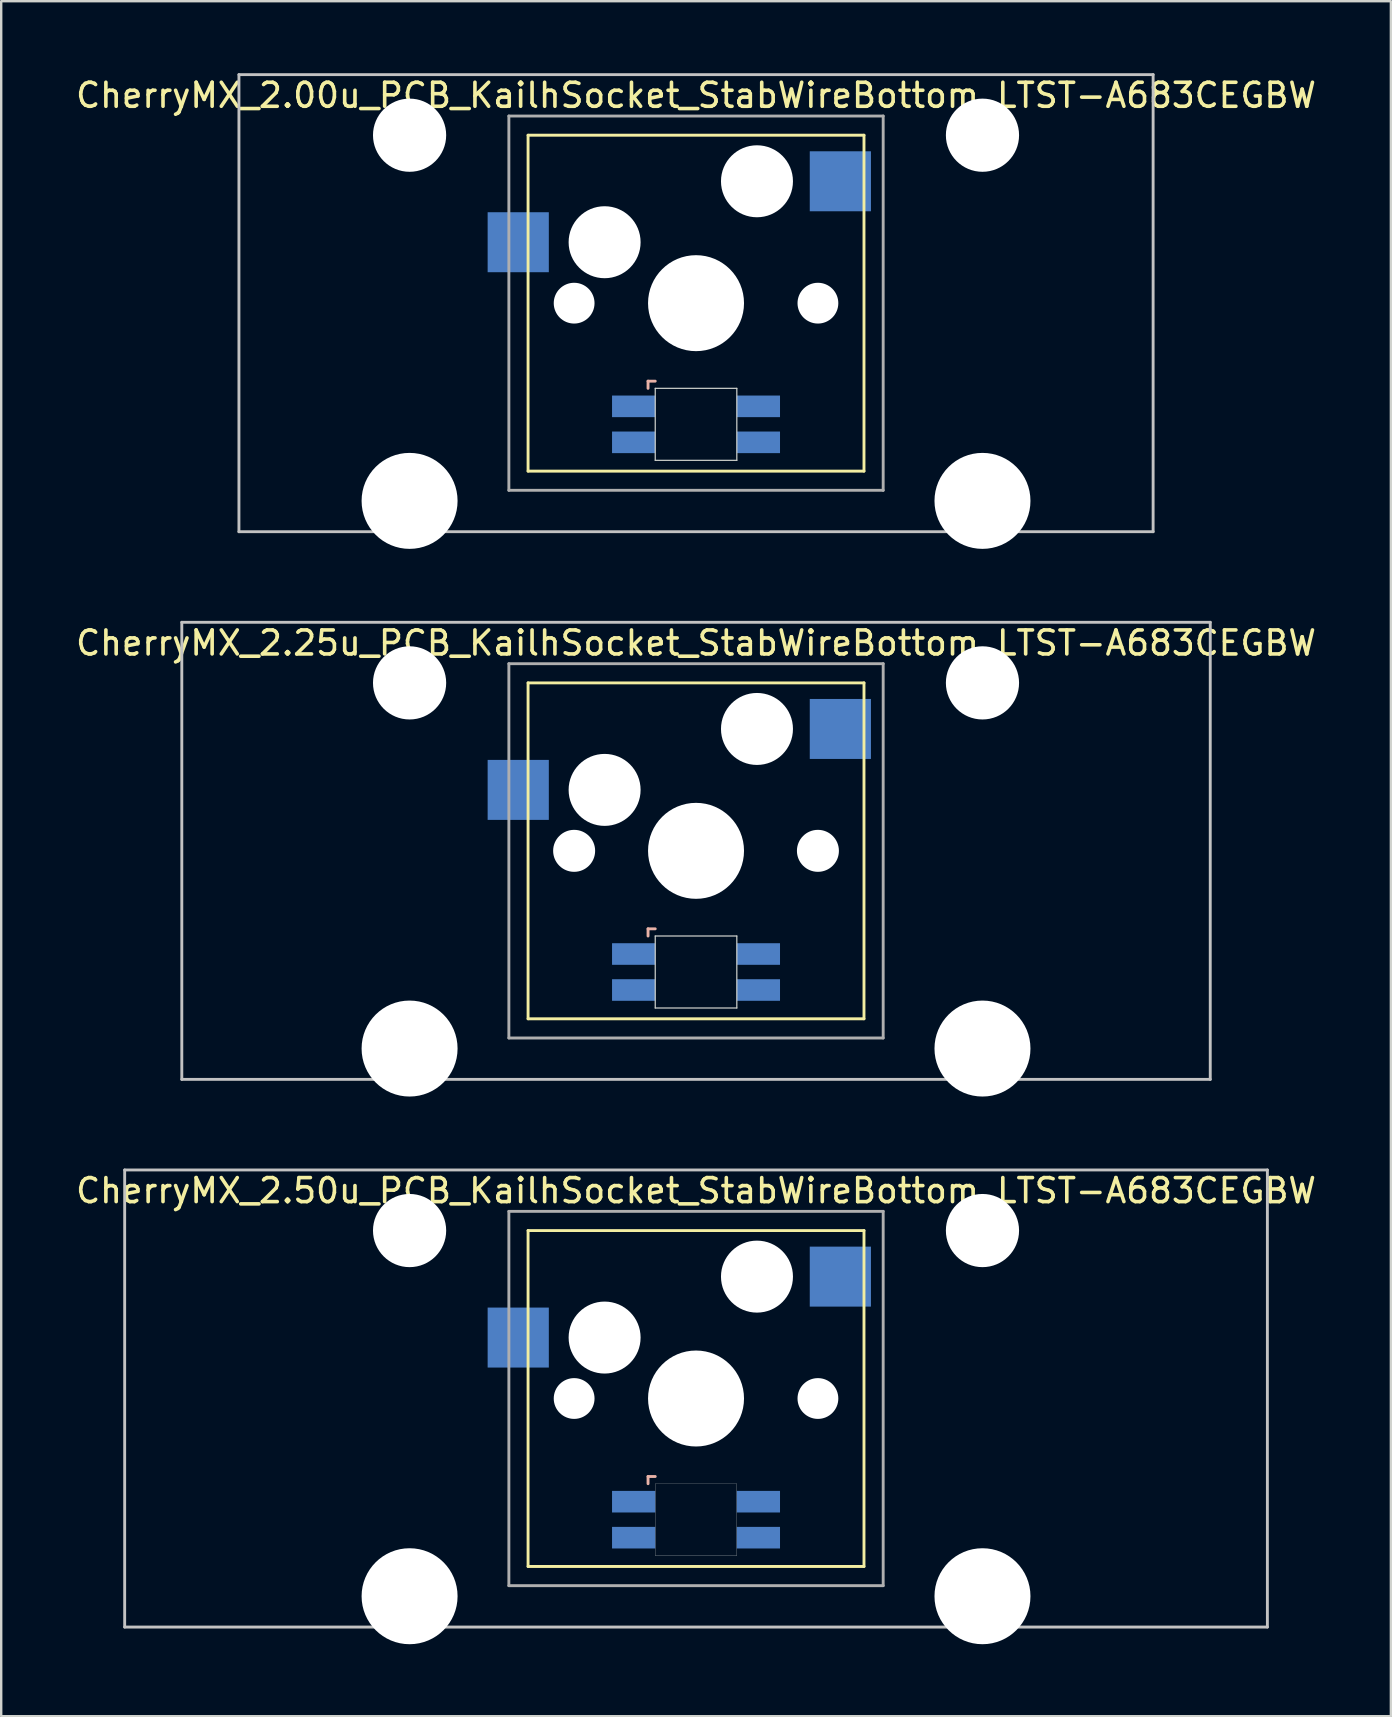
<source format=kicad_pcb>
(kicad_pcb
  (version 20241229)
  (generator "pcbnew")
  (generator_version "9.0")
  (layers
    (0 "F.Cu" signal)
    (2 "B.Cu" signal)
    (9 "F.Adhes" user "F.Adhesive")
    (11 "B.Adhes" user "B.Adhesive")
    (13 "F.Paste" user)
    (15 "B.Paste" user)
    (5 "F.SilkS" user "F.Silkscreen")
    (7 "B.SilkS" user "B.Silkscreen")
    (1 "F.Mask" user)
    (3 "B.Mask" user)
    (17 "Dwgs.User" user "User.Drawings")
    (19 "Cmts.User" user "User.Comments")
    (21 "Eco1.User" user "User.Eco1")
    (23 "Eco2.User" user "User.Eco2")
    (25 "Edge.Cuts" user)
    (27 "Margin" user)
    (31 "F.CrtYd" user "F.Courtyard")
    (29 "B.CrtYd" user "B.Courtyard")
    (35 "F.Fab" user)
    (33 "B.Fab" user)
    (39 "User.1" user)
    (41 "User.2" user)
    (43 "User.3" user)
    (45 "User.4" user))
  (footprint "CherryMX_2.25u_PCB_KailhSocket_StabWireBottom_LTST-A683CEGBW"
    (layer "F.Cu")
    (at 25.958 32.41)
    (property "Reference" "CherryMX_2.25u_PCB_KailhSocket_StabWireBottom_LTST-A683CEGBW" (at 0 -8.662 0) (layer "F.SilkS") (effects (font (size 1 1) (thickness 0.15))))
    (attr through_hole)
    (fp_line (start -7 -7) (end -7 7) (stroke (width 0.12) (type solid)) (layer "F.SilkS"))
    (fp_line (start -7 -7) (end 7 -7) (stroke (width 0.12) (type solid)) (layer "F.SilkS"))
    (fp_line (start 7 -7) (end 7 7) (stroke (width 0.12) (type solid)) (layer "F.SilkS"))
    (fp_line (start 7 7) (end -7 7) (stroke (width 0.12) (type solid)) (layer "F.SilkS"))
    (fp_line (start -2 3.25) (end -2 3.55) (stroke (width 0.12) (type solid)) (layer "B.SilkS"))
    (fp_line (start -1.7 3.25) (end -2 3.25) (stroke (width 0.12) (type solid)) (layer "B.SilkS"))
    (fp_line (start -21.431 -9.525) (end 21.431 -9.525) (stroke (width 0.12) (type solid)) (layer "Dwgs.User"))
    (fp_line (start -21.431 9.525) (end -21.431 -9.525) (stroke (width 0.12) (type solid)) (layer "Dwgs.User"))
    (fp_line (start 21.431 -9.525) (end 21.431 9.525) (stroke (width 0.12) (type solid)) (layer "Dwgs.User"))
    (fp_line (start 21.431 9.525) (end -21.431 9.525) (stroke (width 0.12) (type solid)) (layer "Dwgs.User"))
    (fp_line (start -1.7 3.55) (end 1.7 3.55) (stroke (width 0.05) (type solid)) (layer "Edge.Cuts"))
    (fp_line (start -1.7 6.55) (end -1.7 3.55) (stroke (width 0.05) (type solid)) (layer "Edge.Cuts"))
    (fp_line (start 1.7 3.55) (end 1.7 6.55) (stroke (width 0.05) (type solid)) (layer "Edge.Cuts"))
    (fp_line (start 1.7 6.55) (end -1.7 6.55) (stroke (width 0.05) (type solid)) (layer "Edge.Cuts"))
    (fp_line (start -7.8 -7.8) (end -7.8 7.8) (stroke (width 0.12) (type solid)) (layer "F.Fab"))
    (fp_line (start -7.8 -7.8) (end 7.8 -7.8) (stroke (width 0.12) (type solid)) (layer "F.Fab"))
    (fp_line (start -7.8 7.8) (end 7.8 7.8) (stroke (width 0.12) (type solid)) (layer "F.Fab"))
    (fp_line (start 7.8 -7.8) (end 7.8 7.8) (stroke (width 0.12) (type solid)) (layer "F.Fab"))
    (pad "" np_thru_hole circle (at -11.938 -7) (size 3.05 3.05) (drill 3.05) (layers "*.Cu" "*.Mask"))
    (pad "" np_thru_hole circle (at -11.938 8.24) (size 4 4) (drill 4) (layers "*.Cu" "*.Mask"))
    (pad "" np_thru_hole circle (at -5.08 0) (size 1.75 1.75) (drill 1.75) (layers "*.Cu" "*.Mask"))
    (pad "" np_thru_hole circle (at -3.81 -2.54) (size 3 3) (drill 3) (layers "*.Cu" "*.Mask"))
    (pad "" np_thru_hole circle (at 0 0) (size 4 4) (drill 4) (layers "*.Cu" "*.Mask"))
    (pad "" np_thru_hole circle (at 2.54 -5.08) (size 3 3) (drill 3) (layers "*.Cu" "*.Mask"))
    (pad "" np_thru_hole circle (at 5.08 0) (size 1.75 1.75) (drill 1.75) (layers "*.Cu" "*.Mask"))
    (pad "" np_thru_hole circle (at 11.938 -7) (size 3.05 3.05) (drill 3.05) (layers "*.Cu" "*.Mask"))
    (pad "" np_thru_hole circle (at 11.938 8.24) (size 4 4) (drill 4) (layers "*.Cu" "*.Mask"))
    (pad "1" smd rect (at -7.41 -2.54) (size 2.55 2.5) (layers "B.Cu" "B.Mask" "B.Paste"))
    (pad "2" smd rect (at 6.015 -5.08) (size 2.55 2.5) (layers "B.Cu" "B.Mask" "B.Paste"))
    (pad "3" smd rect (at -2.6 4.3) (size 1.8 0.9) (layers "B.Cu" "B.Mask" "B.Paste"))
    (pad "4" smd rect (at -2.6 5.8) (size 1.8 0.9) (layers "B.Cu" "B.Mask" "B.Paste"))
    (pad "5" smd rect (at 2.6 4.3) (size 1.8 0.9) (layers "B.Cu" "B.Mask" "B.Paste"))
    (pad "6" smd rect (at 2.6 5.8) (size 1.8 0.9) (layers "B.Cu" "B.Mask" "B.Paste")))
  (footprint "CherryMX_2.00u_PCB_KailhSocket_StabWireBottom_LTST-A683CEGBW"
    (layer "F.Cu")
    (at 25.958 9.585)
    (property "Reference" "CherryMX_2.00u_PCB_KailhSocket_StabWireBottom_LTST-A683CEGBW" (at 0 -8.662 0) (layer "F.SilkS") (effects (font (size 1 1) (thickness 0.15))))
    (attr through_hole)
    (fp_line (start -7 -7) (end -7 7) (stroke (width 0.12) (type solid)) (layer "F.SilkS"))
    (fp_line (start -7 -7) (end 7 -7) (stroke (width 0.12) (type solid)) (layer "F.SilkS"))
    (fp_line (start 7 -7) (end 7 7) (stroke (width 0.12) (type solid)) (layer "F.SilkS"))
    (fp_line (start 7 7) (end -7 7) (stroke (width 0.12) (type solid)) (layer "F.SilkS"))
    (fp_line (start -2 3.25) (end -2 3.55) (stroke (width 0.12) (type solid)) (layer "B.SilkS"))
    (fp_line (start -1.7 3.25) (end -2 3.25) (stroke (width 0.12) (type solid)) (layer "B.SilkS"))
    (fp_line (start -19.05 -9.525) (end 19.05 -9.525) (stroke (width 0.12) (type solid)) (layer "Dwgs.User"))
    (fp_line (start -19.05 9.525) (end -19.05 -9.525) (stroke (width 0.12) (type solid)) (layer "Dwgs.User"))
    (fp_line (start 19.05 -9.525) (end 19.05 9.525) (stroke (width 0.12) (type solid)) (layer "Dwgs.User"))
    (fp_line (start 19.05 9.525) (end -19.05 9.525) (stroke (width 0.12) (type solid)) (layer "Dwgs.User"))
    (fp_line (start -1.7 3.55) (end 1.7 3.55) (stroke (width 0.05) (type solid)) (layer "Edge.Cuts"))
    (fp_line (start -1.7 6.55) (end -1.7 3.55) (stroke (width 0.05) (type solid)) (layer "Edge.Cuts"))
    (fp_line (start 1.7 3.55) (end 1.7 6.55) (stroke (width 0.05) (type solid)) (layer "Edge.Cuts"))
    (fp_line (start 1.7 6.55) (end -1.7 6.55) (stroke (width 0.05) (type solid)) (layer "Edge.Cuts"))
    (fp_line (start -7.8 -7.8) (end -7.8 7.8) (stroke (width 0.12) (type solid)) (layer "F.Fab"))
    (fp_line (start -7.8 -7.8) (end 7.8 -7.8) (stroke (width 0.12) (type solid)) (layer "F.Fab"))
    (fp_line (start -7.8 7.8) (end 7.8 7.8) (stroke (width 0.12) (type solid)) (layer "F.Fab"))
    (fp_line (start 7.8 -7.8) (end 7.8 7.8) (stroke (width 0.12) (type solid)) (layer "F.Fab"))
    (pad "" np_thru_hole circle (at -11.938 -7) (size 3.05 3.05) (drill 3.05) (layers "*.Cu" "*.Mask"))
    (pad "" np_thru_hole circle (at -11.938 8.24) (size 4 4) (drill 4) (layers "*.Cu" "*.Mask"))
    (pad "" np_thru_hole circle (at -5.08 0) (size 1.7 1.7) (drill 1.7) (layers "*.Cu" "*.Mask"))
    (pad "" np_thru_hole circle (at -3.81 -2.54) (size 3 3) (drill 3) (layers "*.Cu" "*.Mask"))
    (pad "" np_thru_hole circle (at 0 0) (size 4 4) (drill 4) (layers "*.Cu" "*.Mask"))
    (pad "" np_thru_hole circle (at 2.54 -5.08) (size 3 3) (drill 3) (layers "*.Cu" "*.Mask"))
    (pad "" np_thru_hole circle (at 5.08 0) (size 1.7 1.7) (drill 1.7) (layers "*.Cu" "*.Mask"))
    (pad "" np_thru_hole circle (at 11.938 -7) (size 3.05 3.05) (drill 3.05) (layers "*.Cu" "*.Mask"))
    (pad "" np_thru_hole circle (at 11.938 8.24) (size 4 4) (drill 4) (layers "*.Cu" "*.Mask"))
    (pad "1" smd rect (at -7.41 -2.54) (size 2.55 2.5) (layers "B.Cu" "B.Mask" "B.Paste"))
    (pad "2" smd rect (at 6.015 -5.08) (size 2.55 2.5) (layers "B.Cu" "B.Mask" "B.Paste"))
    (pad "3" smd rect (at -2.6 4.3) (size 1.8 0.9) (layers "B.Cu" "B.Mask" "B.Paste"))
    (pad "4" smd rect (at -2.6 5.8) (size 1.8 0.9) (layers "B.Cu" "B.Mask" "B.Paste"))
    (pad "5" smd rect (at 2.6 4.3) (size 1.8 0.9) (layers "B.Cu" "B.Mask" "B.Paste"))
    (pad "6" smd rect (at 2.6 5.8) (size 1.8 0.9) (layers "B.Cu" "B.Mask" "B.Paste")))
  (footprint "CherryMX_2.50u_PCB_KailhSocket_StabWireBottom_LTST-A683CEGBW"
    (layer "F.Cu")
    (at 25.958 55.235)
    (property "Reference" "CherryMX_2.50u_PCB_KailhSocket_StabWireBottom_LTST-A683CEGBW" (at 0 -8.662 0) (layer "F.SilkS") (effects (font (size 1 1) (thickness 0.15))))
    (attr through_hole)
    (fp_line (start -7 -7) (end -7 7) (stroke (width 0.12) (type solid)) (layer "F.SilkS"))
    (fp_line (start -7 -7) (end 7 -7) (stroke (width 0.12) (type solid)) (layer "F.SilkS"))
    (fp_line (start 7 -7) (end 7 7) (stroke (width 0.12) (type solid)) (layer "F.SilkS"))
    (fp_line (start 7 7) (end -7 7) (stroke (width 0.12) (type solid)) (layer "F.SilkS"))
    (fp_line (start -2 3.25) (end -2 3.55) (stroke (width 0.12) (type solid)) (layer "B.SilkS"))
    (fp_line (start -1.7 3.25) (end -2 3.25) (stroke (width 0.12) (type solid)) (layer "B.SilkS"))
    (fp_line (start -23.812 -9.525) (end 23.812 -9.525) (stroke (width 0.12) (type solid)) (layer "Dwgs.User"))
    (fp_line (start -23.812 9.525) (end -23.812 -9.525) (stroke (width 0.12) (type solid)) (layer "Dwgs.User"))
    (fp_line (start 23.812 -9.525) (end 23.812 9.525) (stroke (width 0.12) (type solid)) (layer "Dwgs.User"))
    (fp_line (start 23.812 9.525) (end -23.812 9.525) (stroke (width 0.12) (type solid)) (layer "Dwgs.User"))
    (fp_poly (pts (xy 1.7 6.55) (xy -1.7 6.55) (xy -1.7 3.55) (xy 1.7 3.55)) (stroke (width 0.01) (type solid)) (fill no) (layer "Edge.Cuts"))
    (fp_line (start -7.8 -7.8) (end -7.8 7.8) (stroke (width 0.12) (type solid)) (layer "F.Fab"))
    (fp_line (start -7.8 -7.8) (end 7.8 -7.8) (stroke (width 0.12) (type solid)) (layer "F.Fab"))
    (fp_line (start -7.8 7.8) (end 7.8 7.8) (stroke (width 0.12) (type solid)) (layer "F.Fab"))
    (fp_line (start 7.8 -7.8) (end 7.8 7.8) (stroke (width 0.12) (type solid)) (layer "F.Fab"))
    (pad "" np_thru_hole circle (at -11.938 -7) (size 3.05 3.05) (drill 3.05) (layers "*.Cu" "*.Mask"))
    (pad "" np_thru_hole circle (at -11.938 8.24) (size 4 4) (drill 4) (layers "*.Cu" "*.Mask"))
    (pad "" np_thru_hole circle (at -5.08 0) (size 1.7 1.7) (drill 1.7) (layers "*.Cu" "*.Mask"))
    (pad "" np_thru_hole circle (at -3.81 -2.54) (size 3 3) (drill 3) (layers "*.Cu" "*.Mask"))
    (pad "" np_thru_hole circle (at 0 0) (size 4 4) (drill 4) (layers "*.Cu" "*.Mask"))
    (pad "" np_thru_hole circle (at 2.54 -5.08) (size 3 3) (drill 3) (layers "*.Cu" "*.Mask"))
    (pad "" np_thru_hole circle (at 5.08 0) (size 1.7 1.7) (drill 1.7) (layers "*.Cu" "*.Mask"))
    (pad "" np_thru_hole circle (at 11.938 -7) (size 3.05 3.05) (drill 3.05) (layers "*.Cu" "*.Mask"))
    (pad "" np_thru_hole circle (at 11.938 8.24) (size 4 4) (drill 4) (layers "*.Cu" "*.Mask"))
    (pad "1" smd rect (at -7.41 -2.54) (size 2.55 2.5) (layers "B.Cu" "B.Mask" "B.Paste"))
    (pad "2" smd rect (at 6.015 -5.08) (size 2.55 2.5) (layers "B.Cu" "B.Mask" "B.Paste"))
    (pad "3" smd rect (at -2.6 4.3) (size 1.8 0.9) (layers "B.Cu" "B.Mask" "B.Paste"))
    (pad "4" smd rect (at -2.6 5.8) (size 1.8 0.9) (layers "B.Cu" "B.Mask" "B.Paste"))
    (pad "5" smd rect (at 2.6 4.3) (size 1.8 0.9) (layers "B.Cu" "B.Mask" "B.Paste"))
    (pad "6" smd rect (at 2.6 5.8) (size 1.8 0.9) (layers "B.Cu" "B.Mask" "B.Paste")))
  (gr_rect
    (start -3 -3)
    (end 54.917 68.475)
    (stroke (width 0.1) (type default))
    (fill no)
    (layer "Edge.Cuts")))
</source>
